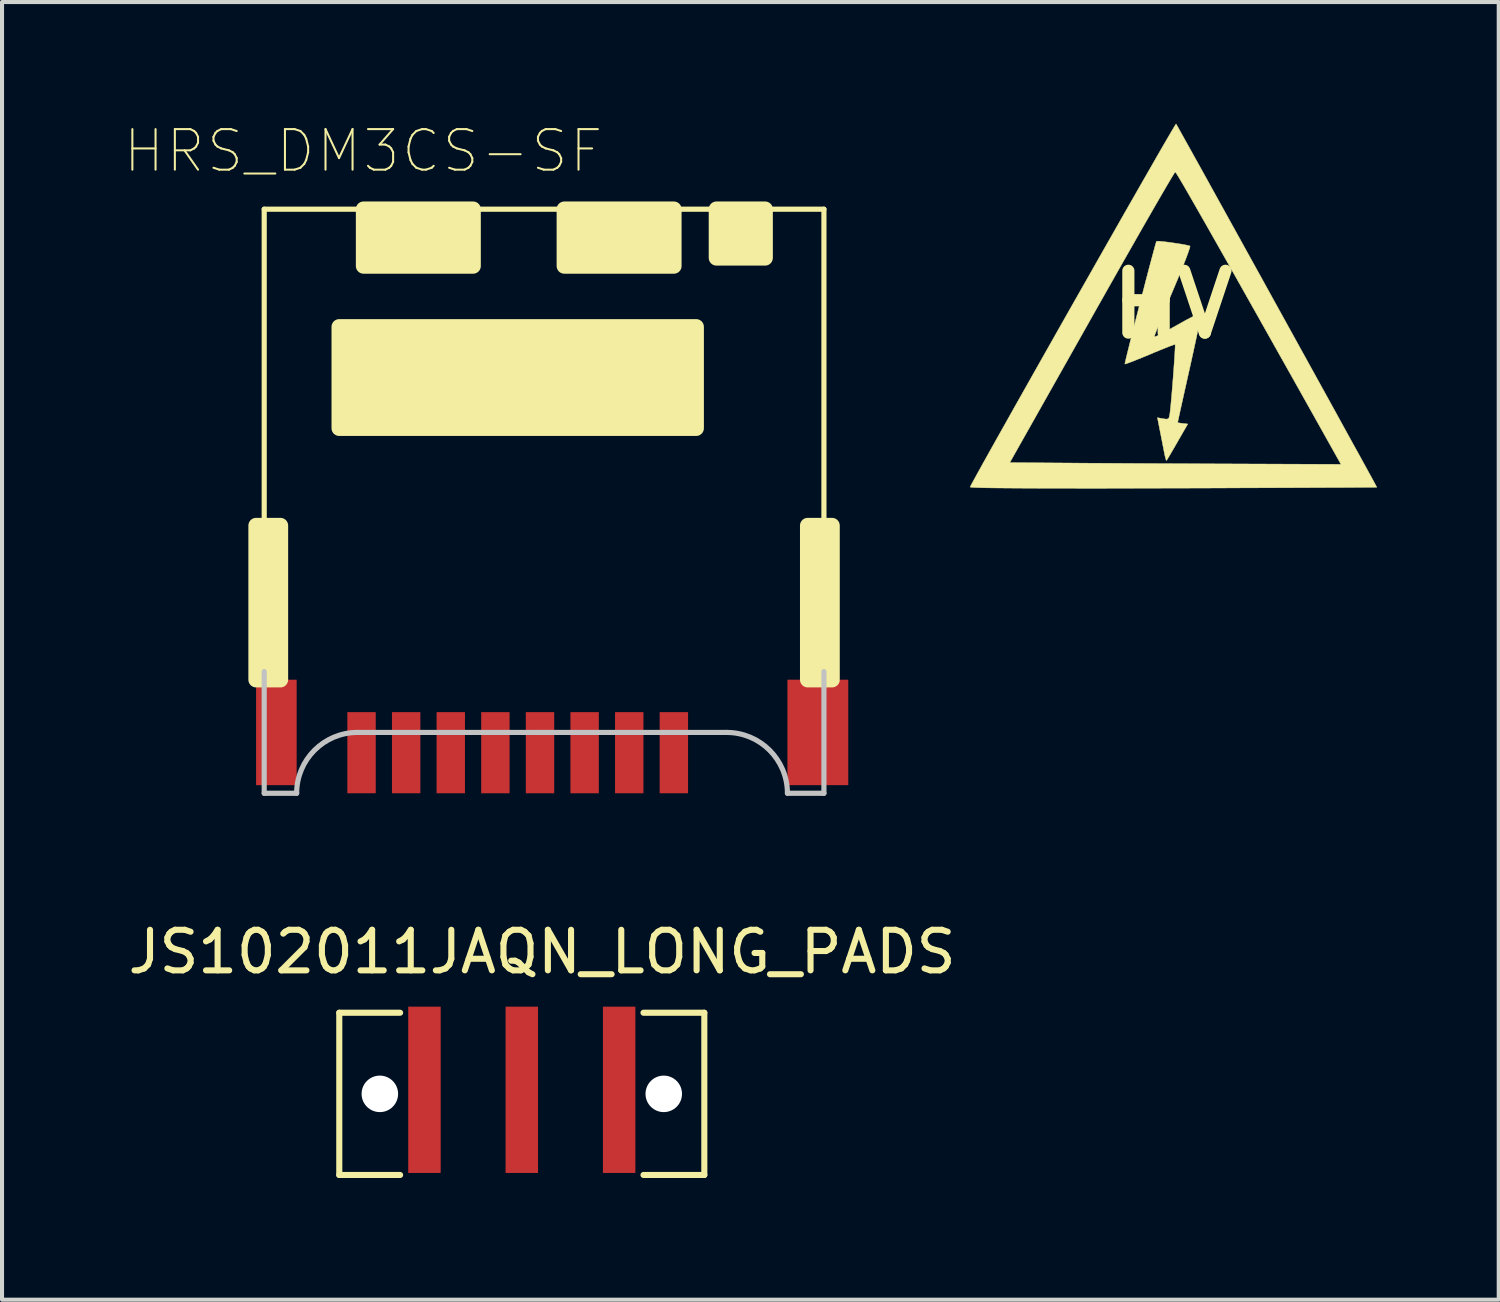
<source format=kicad_pcb>
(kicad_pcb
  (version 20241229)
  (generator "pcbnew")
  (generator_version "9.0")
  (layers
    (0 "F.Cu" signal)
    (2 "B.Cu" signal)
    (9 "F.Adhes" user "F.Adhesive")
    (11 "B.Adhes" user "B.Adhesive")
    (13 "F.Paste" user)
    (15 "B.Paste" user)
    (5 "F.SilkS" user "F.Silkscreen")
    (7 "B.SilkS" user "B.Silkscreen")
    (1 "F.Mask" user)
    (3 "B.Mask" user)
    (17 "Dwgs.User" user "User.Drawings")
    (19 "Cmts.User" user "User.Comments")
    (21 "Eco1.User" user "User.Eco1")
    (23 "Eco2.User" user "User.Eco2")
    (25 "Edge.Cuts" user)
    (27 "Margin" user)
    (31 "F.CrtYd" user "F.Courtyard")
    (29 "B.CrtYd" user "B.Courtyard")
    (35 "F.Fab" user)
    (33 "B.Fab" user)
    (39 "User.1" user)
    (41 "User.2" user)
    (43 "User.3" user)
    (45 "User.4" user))
  (footprint "JS102011JAQN_LONG_PADS"
    (layer "F.Cu")
    (at 10.315 19.919)
    (property "Reference" "JS102011JAQN_LONG_PADS" (at 0 0.5 0) (layer "F.SilkS") (effects (font (size 1 1) (thickness 0.15))))
    (attr through_hole)
    (fp_line (start -5 2) (end -5 6) (stroke (width 0.15) (type solid)) (layer "F.SilkS"))
    (fp_line (start -3.5 2) (end -5 2) (stroke (width 0.15) (type solid)) (layer "F.SilkS"))
    (fp_line (start -3.5 6) (end -5 6) (stroke (width 0.15) (type solid)) (layer "F.SilkS"))
    (fp_line (start 4 2) (end 2.5 2) (stroke (width 0.15) (type solid)) (layer "F.SilkS"))
    (fp_line (start 4 2) (end 4 6) (stroke (width 0.15) (type solid)) (layer "F.SilkS"))
    (fp_line (start 4 6) (end 2.5 6) (stroke (width 0.15) (type solid)) (layer "F.SilkS"))
    (pad "" np_thru_hole circle (at -4 4) (size 0.9 0.9) (drill 0.9) (layers "*.Cu" "*.Mask"))
    (pad "" np_thru_hole circle (at 3 4) (size 0.9 0.9) (drill 0.9) (layers "*.Cu" "*.Mask"))
    (pad "1" smd rect (at -2.9 3.9) (size 0.8 4.1) (layers "F.Cu" "F.Mask" "F.Paste"))
    (pad "2" smd rect (at -0.5 3.9) (size 0.8 4.1) (layers "F.Cu" "F.Mask" "F.Paste"))
    (pad "3" smd rect (at 1.9 3.9) (size 0.8 4.1) (layers "F.Cu" "F.Mask" "F.Paste")))
  (footprint "HRS_DM3CS-SF"
    (layer "F.Cu")
    (at 10.364 9.308)
    (property "Reference" "HRS_DM3CS-SF" (at -4.46 -8.635 0) (layer "F.SilkS") (effects (font (size 1 1) (thickness 0.05))))
    (attr smd)
    (fp_line (start -6.9 -7.2) (end 6.9 -7.2) (stroke (width 0.127) (type solid)) (layer "F.SilkS"))
    (fp_line (start -6.9 4.2) (end -6.9 -7.2) (stroke (width 0.127) (type solid)) (layer "F.SilkS"))
    (fp_line (start 6.9 -7.2) (end 6.9 4.2) (stroke (width 0.127) (type solid)) (layer "F.SilkS"))
    (fp_poly (pts (xy -7.1 0.6) (xy -6.5 0.6) (xy -6.5 4.4) (xy -7.1 4.4)) (stroke (width 0.381) (type solid)) (fill yes) (layer "F.SilkS"))
    (fp_poly (pts (xy -5.05 -4.3) (xy 3.75 -4.3) (xy 3.75 -1.8) (xy -5.05 -1.8)) (stroke (width 0.381) (type solid)) (fill yes) (layer "F.SilkS"))
    (fp_poly (pts (xy -4.45 -7.2) (xy -1.75 -7.2) (xy -1.75 -5.8) (xy -4.45 -5.8)) (stroke (width 0.381) (type solid)) (fill yes) (layer "F.SilkS"))
    (fp_poly (pts (xy 0.5 -7.2) (xy 3.2 -7.2) (xy 3.2 -5.8) (xy 0.5 -5.8)) (stroke (width 0.381) (type solid)) (fill yes) (layer "F.SilkS"))
    (fp_poly (pts (xy 4.25 -7.2) (xy 5.45 -7.2) (xy 5.45 -6) (xy 4.25 -6)) (stroke (width 0.381) (type solid)) (fill yes) (layer "F.SilkS"))
    (fp_poly (pts (xy 6.5 0.6) (xy 7.1 0.6) (xy 7.1 4.4) (xy 6.5 4.4)) (stroke (width 0.381) (type solid)) (fill yes) (layer "F.SilkS"))
    (fp_line (start -6.9 7.2) (end -6.9 4.2) (stroke (width 0.127) (type solid)) (layer "Dwgs.User"))
    (fp_line (start -6.1 7.2) (end -6.9 7.2) (stroke (width 0.127) (type solid)) (layer "Dwgs.User"))
    (fp_line (start 0 5.7) (end -4.6 5.7) (stroke (width 0.127) (type solid)) (layer "Dwgs.User"))
    (fp_line (start 4.5 5.7) (end 0 5.7) (stroke (width 0.127) (type solid)) (layer "Dwgs.User"))
    (fp_line (start 6.9 4.2) (end 6.9 7.2) (stroke (width 0.127) (type solid)) (layer "Dwgs.User"))
    (fp_line (start 6.9 7.2) (end 6 7.2) (stroke (width 0.127) (type solid)) (layer "Dwgs.User"))
    (fp_arc (start -6.1 7.2) (mid -5.66066 6.13934) (end -4.6 5.7) (stroke (width 0.127) (type solid)) (layer "Dwgs.User"))
    (fp_arc (start 4.5 5.7) (mid 5.56066 6.13934) (end 6 7.2) (stroke (width 0.127) (type solid)) (layer "Dwgs.User"))
    (pad "1" smd rect (at 3.2 6.2) (size 0.7 2) (layers "F.Cu" "F.Mask" "F.Paste"))
    (pad "2" smd rect (at 2.1 6.2) (size 0.7 2) (layers "F.Cu" "F.Mask" "F.Paste"))
    (pad "3" smd rect (at 1 6.2) (size 0.7 2) (layers "F.Cu" "F.Mask" "F.Paste"))
    (pad "4" smd rect (at -0.1 6.2) (size 0.7 2) (layers "F.Cu" "F.Mask" "F.Paste"))
    (pad "5" smd rect (at -1.2 6.2) (size 0.7 2) (layers "F.Cu" "F.Mask" "F.Paste"))
    (pad "6" smd rect (at -2.3 6.2) (size 0.7 2) (layers "F.Cu" "F.Mask" "F.Paste"))
    (pad "7" smd rect (at -3.4 6.2) (size 0.7 2) (layers "F.Cu" "F.Mask" "F.Paste"))
    (pad "8" smd rect (at -4.5 6.2) (size 0.7 2) (layers "F.Cu" "F.Mask" "F.Paste"))
    (pad "PAD" smd rect (at 6.75 5.7) (size 1.5 2.6) (layers "F.Cu" "F.Mask" "F.Paste"))
    (pad "PAD." smd rect (at -6.6 5.7) (size 1 2.6) (layers "F.Cu" "F.Mask" "F.Paste")))
  (footprint "HV"
    (layer "F.Cu")
    (at 25.858 4.461)
    (property "Reference" "HV" (at 0 0 0) (layer "F.SilkS") (effects (font (size 1.524 1.524) (thickness 0.3))))
    (attr through_hole)
    (fp_poly (pts (xy -0.244 -1.556) (xy -0.099 -1.539) (xy 0.063 -1.516) (xy 0.218 -1.492) (xy 0.345 -1.468) (xy 0.422 -1.449) (xy 0.433 -1.443) (xy 0.425 -1.399) (xy 0.387 -1.287) (xy 0.324 -1.117) (xy 0.238 -0.9) (xy 0.135 -0.646) (xy 0.017 -0.365) (xy -0.002 -0.321) (xy -0.122 -0.037) (xy -0.229 0.221) (xy -0.319 0.443) (xy -0.388 0.619) (xy -0.433 0.738) (xy -0.449 0.792) (xy -0.448 0.794) (xy -0.407 0.781) (xy -0.305 0.732) (xy -0.157 0.654) (xy 0.026 0.553) (xy 0.135 0.492) (xy 0.33 0.383) (xy 0.497 0.295) (xy 0.623 0.232) (xy 0.696 0.203) (xy 0.709 0.203) (xy 0.703 0.25) (xy 0.68 0.371) (xy 0.643 0.553) (xy 0.594 0.788) (xy 0.534 1.066) (xy 0.466 1.376) (xy 0.424 1.565) (xy 0.352 1.887) (xy 0.286 2.182) (xy 0.229 2.44) (xy 0.182 2.65) (xy 0.149 2.804) (xy 0.13 2.89) (xy 0.127 2.905) (xy 0.164 2.916) (xy 0.252 2.929) (xy 0.252 2.929) (xy 0.377 2.942) (xy 0.121 3.387) (xy 0.022 3.559) (xy -0.062 3.703) (xy -0.122 3.803) (xy -0.148 3.845) (xy -0.148 3.845) (xy -0.163 3.816) (xy -0.187 3.725) (xy -0.206 3.633) (xy -0.237 3.472) (xy -0.276 3.272) (xy -0.311 3.097) (xy -0.372 2.786) (xy -0.23 2.813) (xy -0.134 2.824) (xy -0.089 2.795) (xy -0.067 2.704) (xy -0.067 2.7) (xy -0.055 2.607) (xy -0.04 2.455) (xy -0.022 2.26) (xy -0.004 2.038) (xy 0.015 1.803) (xy 0.032 1.572) (xy 0.047 1.359) (xy 0.058 1.18) (xy 0.065 1.05) (xy 0.065 0.986) (xy 0.064 0.981) (xy 0.023 0.992) (xy -0.083 1.031) (xy -0.239 1.093) (xy -0.433 1.172) (xy -0.554 1.224) (xy -0.763 1.31) (xy -0.942 1.382) (xy -1.079 1.435) (xy -1.16 1.462) (xy -1.175 1.464) (xy -1.168 1.422) (xy -1.141 1.309) (xy -1.099 1.137) (xy -1.044 0.915) (xy -0.979 0.657) (xy -0.906 0.372) (xy -0.829 0.071) (xy -0.75 -0.234) (xy -0.673 -0.532) (xy -0.6 -0.813) (xy -0.533 -1.065) (xy -0.476 -1.276) (xy -0.433 -1.437) (xy -0.404 -1.536) (xy -0.395 -1.562) (xy -0.35 -1.565) (xy -0.244 -1.556)) (stroke (width 0.01) (type solid)) (fill yes) (layer "F.SilkS"))
    (fp_poly (pts (xy 0.111 -4.416) (xy 0.171 -4.309) (xy 0.266 -4.138) (xy 0.393 -3.91) (xy 0.549 -3.63) (xy 0.73 -3.304) (xy 0.933 -2.937) (xy 1.156 -2.534) (xy 1.395 -2.102) (xy 1.648 -1.645) (xy 1.911 -1.169) (xy 2.182 -0.68) (xy 2.456 -0.183) (xy 2.732 0.316) (xy 3.006 0.812) (xy 3.275 1.299) (xy 3.536 1.771) (xy 3.786 2.224) (xy 4.022 2.652) (xy 4.24 3.049) (xy 4.439 3.41) (xy 4.615 3.728) (xy 4.764 4) (xy 4.884 4.218) (xy 4.971 4.378) (xy 5.023 4.475) (xy 5.038 4.502) (xy 4.996 4.503) (xy 4.875 4.504) (xy 4.68 4.505) (xy 4.416 4.507) (xy 4.088 4.509) (xy 3.701 4.51) (xy 3.261 4.512) (xy 2.772 4.514) (xy 2.241 4.516) (xy 1.672 4.518) (xy 1.07 4.521) (xy 0.44 4.523) (xy 0.016 4.524) (xy -0.852 4.526) (xy -1.639 4.528) (xy -2.343 4.528) (xy -2.965 4.527) (xy -3.505 4.526) (xy -3.961 4.523) (xy -4.335 4.52) (xy -4.624 4.516) (xy -4.83 4.51) (xy -4.952 4.504) (xy -4.99 4.497) (xy -4.962 4.441) (xy -4.896 4.319) (xy -4.795 4.135) (xy -4.663 3.896) (xy -4.661 3.894) (xy -4.012 3.894) (xy -2.503 3.905) (xy -2.169 3.908) (xy -1.764 3.91) (xy -1.303 3.913) (xy -0.799 3.916) (xy -0.268 3.919) (xy 0.276 3.921) (xy 0.821 3.924) (xy 1.35 3.926) (xy 1.58 3.927) (xy 4.154 3.937) (xy 4.065 3.778) (xy 3.541 2.843) (xy 3.057 1.98) (xy 2.612 1.189) (xy 2.206 0.467) (xy 1.838 -0.186) (xy 1.508 -0.772) (xy 1.213 -1.293) (xy 0.954 -1.75) (xy 0.73 -2.144) (xy 0.54 -2.476) (xy 0.383 -2.749) (xy 0.259 -2.963) (xy 0.166 -3.12) (xy 0.104 -3.221) (xy 0.071 -3.268) (xy 0.067 -3.271) (xy 0.041 -3.235) (xy -0.024 -3.129) (xy -0.124 -2.96) (xy -0.257 -2.732) (xy -0.42 -2.451) (xy -0.61 -2.121) (xy -0.824 -1.747) (xy -1.059 -1.334) (xy -1.313 -0.888) (xy -1.582 -0.413) (xy -1.864 0.086) (xy -1.992 0.313) (xy -4.012 3.894) (xy -4.661 3.894) (xy -4.501 3.606) (xy -4.314 3.272) (xy -4.104 2.899) (xy -3.875 2.491) (xy -3.629 2.055) (xy -3.37 1.596) (xy -3.1 1.119) (xy -2.824 0.631) (xy -2.543 0.135) (xy -2.261 -0.361) (xy -1.981 -0.854) (xy -1.707 -1.337) (xy -1.441 -1.804) (xy -1.186 -2.252) (xy -0.945 -2.673) (xy -0.723 -3.062) (xy -0.52 -3.415) (xy -0.342 -3.726) (xy -0.19 -3.989) (xy -0.068 -4.198) (xy 0.021 -4.349) (xy 0.074 -4.436) (xy 0.088 -4.456) (xy 0.111 -4.416)) (stroke (width 0.01) (type solid)) (fill yes) (layer "F.SilkS")))
  (gr_rect
    (start -3 -3)
    (end 33.901 28.994)
    (stroke (width 0.1) (type default))
    (fill no)
    (layer "Edge.Cuts")))
</source>
